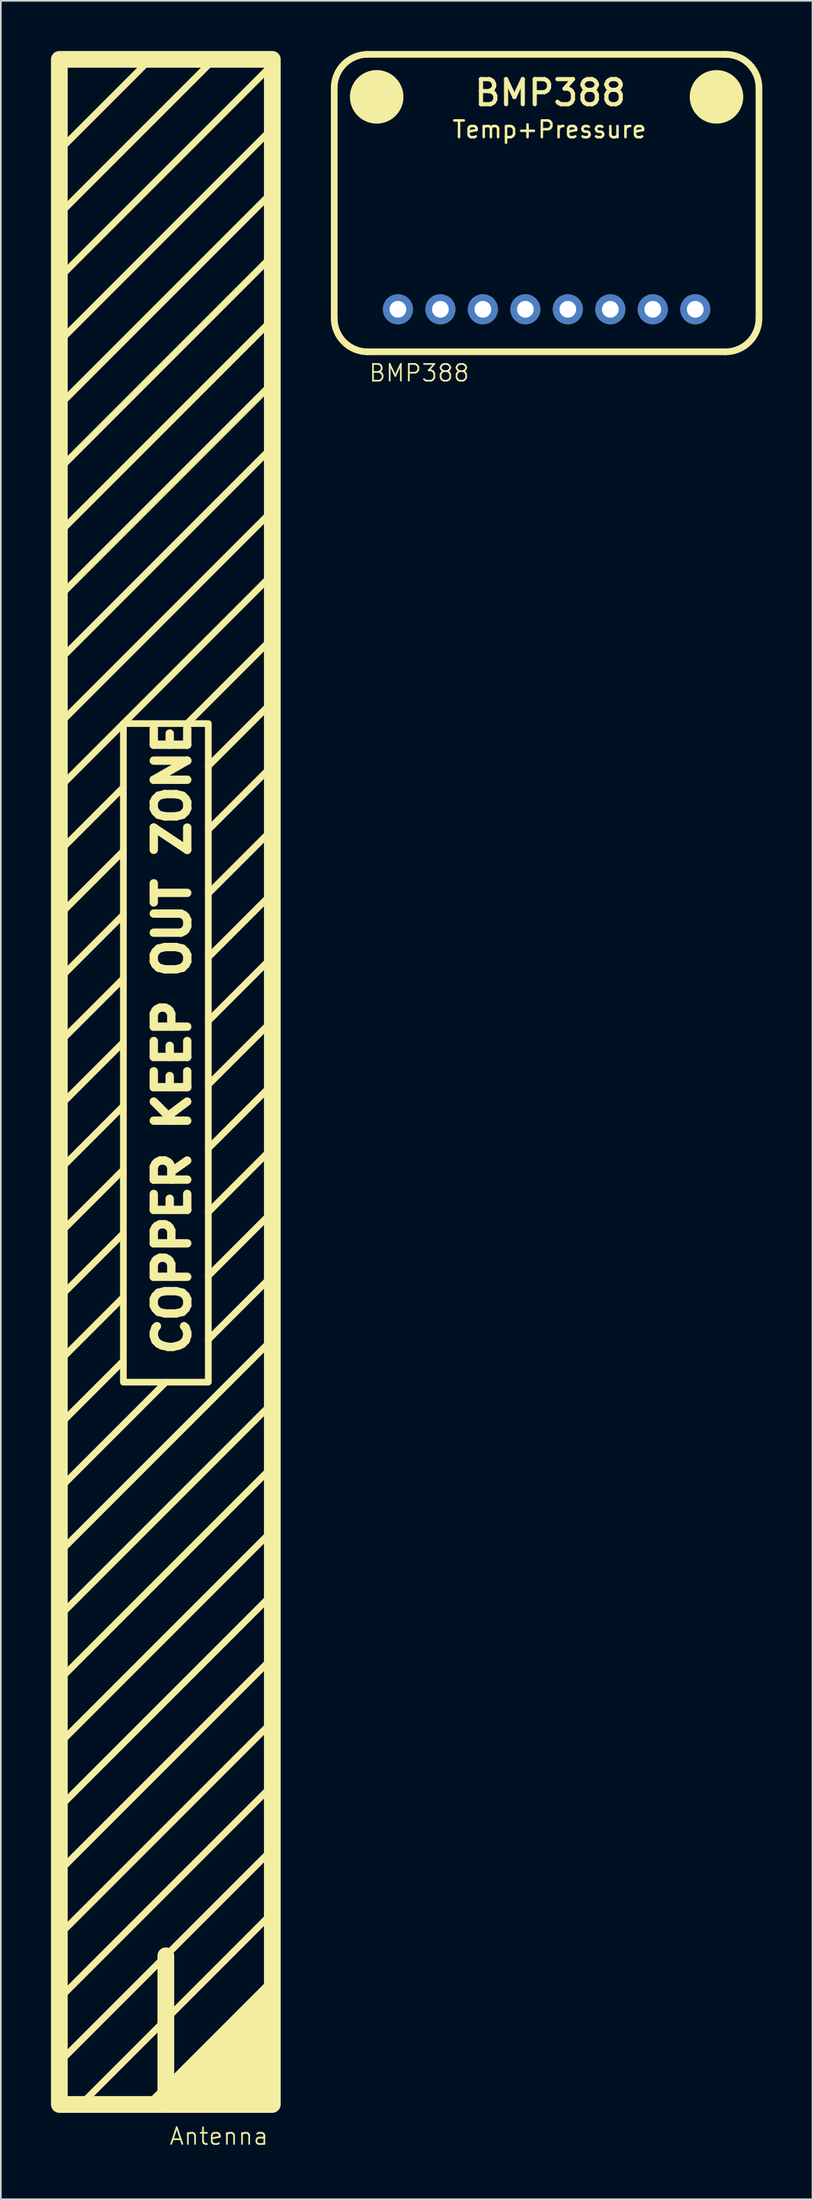
<source format=kicad_pcb>
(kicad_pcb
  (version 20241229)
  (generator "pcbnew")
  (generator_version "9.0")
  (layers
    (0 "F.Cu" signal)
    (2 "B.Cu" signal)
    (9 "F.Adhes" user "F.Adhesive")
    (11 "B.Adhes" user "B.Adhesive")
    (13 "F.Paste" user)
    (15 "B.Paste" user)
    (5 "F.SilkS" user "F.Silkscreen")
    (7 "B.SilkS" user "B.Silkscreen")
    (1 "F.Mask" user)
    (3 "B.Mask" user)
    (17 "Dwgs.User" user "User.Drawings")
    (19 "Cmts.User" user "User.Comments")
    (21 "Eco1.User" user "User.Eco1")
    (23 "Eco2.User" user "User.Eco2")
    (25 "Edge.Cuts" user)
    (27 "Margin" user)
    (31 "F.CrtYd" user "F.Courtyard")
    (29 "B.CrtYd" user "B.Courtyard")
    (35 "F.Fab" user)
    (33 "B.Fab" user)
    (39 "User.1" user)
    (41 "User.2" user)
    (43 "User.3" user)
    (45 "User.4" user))
  (footprint "BMP388"
    (layer "F.Cu")
    (at 20.745 15.44)
    (property "Reference" "BMP388" (at 1.27 3.81 0) (unlocked yes) (layer "F.SilkS") (effects (font (size 1 1) (thickness 0.1))))
    (attr through_hole)
    (fp_line (start -3.81 0.54) (end -3.81 -13.24) (stroke (width 0.4) (type default)) (layer "F.SilkS"))
    (fp_line (start -1.81 -15.24) (end 19.59 -15.24) (stroke (width 0.4) (type default)) (layer "F.SilkS"))
    (fp_line (start 19.59 2.54) (end -1.81 2.54) (stroke (width 0.4) (type default)) (layer "F.SilkS"))
    (fp_line (start 21.59 -13.24) (end 21.59 0.54) (stroke (width 0.4) (type default)) (layer "F.SilkS"))
    (fp_arc (start -3.81 -13.24) (mid -3.224214 -14.654214) (end -1.81 -15.24) (stroke (width 0.4) (type default)) (layer "F.SilkS"))
    (fp_arc (start -1.81 2.54) (mid -3.224214 1.954214) (end -3.81 0.54) (stroke (width 0.4) (type default)) (layer "F.SilkS"))
    (fp_arc (start 19.59 -15.24) (mid 21.004214 -14.654214) (end 21.59 -13.24) (stroke (width 0.4) (type default)) (layer "F.SilkS"))
    (fp_arc (start 21.59 0.54) (mid 21.004214 1.954214) (end 19.59 2.54) (stroke (width 0.4) (type default)) (layer "F.SilkS"))
    (fp_text user "BMP388" (at 4.445 -12.065 0) (unlocked yes) (layer "F.SilkS") (effects (font (size 1.5 1.5) (thickness 0.25) (bold yes)) (justify left bottom)))
    (fp_text user "Temp+Pressure" (at 3.175 -10.16 0) (unlocked yes) (layer "F.SilkS") (effects (font (size 1 1) (thickness 0.15)) (justify left bottom)))
    (pad "" smd circle (at -1.27 -12.7) (size 3.2 3.2) (layers "F.SilkS"))
    (pad "" smd circle (at 19.05 -12.7) (size 3.2 3.2) (layers "F.SilkS"))
    (pad "1" thru_hole circle (at 0 0) (size 1.8 1.8) (drill 1) (layers "*.Cu" "*.Mask"))
    (pad "2" thru_hole circle (at 2.54 0) (size 1.8 1.8) (drill 1) (layers "*.Cu" "*.Mask"))
    (pad "3" thru_hole circle (at 5.08 0) (size 1.8 1.8) (drill 1) (layers "*.Cu" "*.Mask"))
    (pad "4" thru_hole circle (at 7.62 0) (size 1.8 1.8) (drill 1) (layers "*.Cu" "*.Mask"))
    (pad "5" thru_hole circle (at 10.16 0) (size 1.8 1.8) (drill 1) (layers "*.Cu" "*.Mask"))
    (pad "6" thru_hole circle (at 12.7 0) (size 1.8 1.8) (drill 1) (layers "*.Cu" "*.Mask"))
    (pad "7" thru_hole circle (at 15.24 0) (size 1.8 1.8) (drill 1) (layers "*.Cu" "*.Mask"))
    (pad "8" thru_hole circle (at 17.78 0) (size 1.8 1.8) (drill 1) (layers "*.Cu" "*.Mask")))
  (footprint "Antenna"
    (layer "F.Cu")
    (at 6.867 122.755)
    (property "Reference" "Antenna" (at 3.175 1.905 0) (unlocked yes) (layer "F.SilkS") (effects (font (size 1 1) (thickness 0.1))))
    (attr through_hole)
    (fp_line (start -6.35 -116.84) (end -1.27 -121.92) (stroke (width 0.4) (type solid)) (layer "F.SilkS"))
    (fp_line (start -6.35 -113.03) (end 2.54 -121.92) (stroke (width 0.4) (type solid)) (layer "F.SilkS"))
    (fp_line (start -6.35 -109.22) (end 6.35 -121.92) (stroke (width 0.4) (type solid)) (layer "F.SilkS"))
    (fp_line (start -6.35 -105.41) (end 6.35 -118.11) (stroke (width 0.4) (type solid)) (layer "F.SilkS"))
    (fp_line (start -6.35 -101.6) (end 6.35 -114.3) (stroke (width 0.4) (type solid)) (layer "F.SilkS"))
    (fp_line (start -6.35 -97.79) (end 6.35 -110.49) (stroke (width 0.4) (type solid)) (layer "F.SilkS"))
    (fp_line (start -6.35 -93.98) (end 6.35 -106.68) (stroke (width 0.4) (type solid)) (layer "F.SilkS"))
    (fp_line (start -6.35 -90.17) (end 6.35 -102.87) (stroke (width 0.4) (type solid)) (layer "F.SilkS"))
    (fp_line (start -6.35 -86.36) (end 6.35 -99.06) (stroke (width 0.4) (type solid)) (layer "F.SilkS"))
    (fp_line (start -6.35 -82.55) (end 6.35 -95.25) (stroke (width 0.4) (type solid)) (layer "F.SilkS"))
    (fp_line (start -6.35 -78.74) (end 6.35 -91.44) (stroke (width 0.4) (type solid)) (layer "F.SilkS"))
    (fp_line (start -6.35 -74.93) (end -2.54 -78.74) (stroke (width 0.4) (type solid)) (layer "F.SilkS"))
    (fp_line (start -6.35 -71.12) (end -2.54 -74.93) (stroke (width 0.4) (type solid)) (layer "F.SilkS"))
    (fp_line (start -6.35 -67.31) (end -2.54 -71.12) (stroke (width 0.4) (type solid)) (layer "F.SilkS"))
    (fp_line (start -6.35 -63.5) (end -2.54 -67.31) (stroke (width 0.4) (type solid)) (layer "F.SilkS"))
    (fp_line (start -6.35 -59.69) (end -2.54 -63.5) (stroke (width 0.4) (type solid)) (layer "F.SilkS"))
    (fp_line (start -6.35 -55.88) (end -2.54 -59.69) (stroke (width 0.4) (type solid)) (layer "F.SilkS"))
    (fp_line (start -6.35 -52.07) (end -2.54 -55.88) (stroke (width 0.4) (type solid)) (layer "F.SilkS"))
    (fp_line (start -6.35 -48.26) (end -2.54 -52.07) (stroke (width 0.4) (type solid)) (layer "F.SilkS"))
    (fp_line (start -6.35 -44.45) (end -2.54 -48.26) (stroke (width 0.4) (type solid)) (layer "F.SilkS"))
    (fp_line (start -6.35 -40.64) (end -2.54 -44.45) (stroke (width 0.4) (type solid)) (layer "F.SilkS"))
    (fp_line (start -6.35 -36.83) (end 0 -43.18) (stroke (width 0.4) (type solid)) (layer "F.SilkS"))
    (fp_line (start -6.35 -33.02) (end 6.35 -45.72) (stroke (width 0.4) (type solid)) (layer "F.SilkS"))
    (fp_line (start -6.35 -29.21) (end 6.35 -41.91) (stroke (width 0.4) (type solid)) (layer "F.SilkS"))
    (fp_line (start -6.35 -25.4) (end 6.35 -38.1) (stroke (width 0.4) (type solid)) (layer "F.SilkS"))
    (fp_line (start -6.35 -21.59) (end 6.35 -34.29) (stroke (width 0.4) (type solid)) (layer "F.SilkS"))
    (fp_line (start -6.35 -17.78) (end 6.35 -30.48) (stroke (width 0.4) (type solid)) (layer "F.SilkS"))
    (fp_line (start -6.35 -13.97) (end 6.35 -26.67) (stroke (width 0.4) (type solid)) (layer "F.SilkS"))
    (fp_line (start -6.35 -10.16) (end 6.35 -22.86) (stroke (width 0.4) (type solid)) (layer "F.SilkS"))
    (fp_line (start -6.35 -6.35) (end 6.35 -19.05) (stroke (width 0.4) (type solid)) (layer "F.SilkS"))
    (fp_line (start -6.35 -2.54) (end 6.35 -15.24) (stroke (width 0.4) (type solid)) (layer "F.SilkS"))
    (fp_line (start -5.08 0) (end 6.35 -11.43) (stroke (width 0.4) (type solid)) (layer "F.SilkS"))
    (fp_line (start 0 -8.89) (end 0 0) (stroke (width 1) (type solid)) (layer "F.SilkS"))
    (fp_line (start 6.35 -87.63) (end 1.27 -82.55) (stroke (width 0.4) (type solid)) (layer "F.SilkS"))
    (fp_line (start 6.35 -83.82) (end 2.54 -80.01) (stroke (width 0.4) (type solid)) (layer "F.SilkS"))
    (fp_line (start 6.35 -80.01) (end 2.54 -76.2) (stroke (width 0.4) (type solid)) (layer "F.SilkS"))
    (fp_line (start 6.35 -76.2) (end 2.54 -72.39) (stroke (width 0.4) (type solid)) (layer "F.SilkS"))
    (fp_line (start 6.35 -72.39) (end 2.54 -68.58) (stroke (width 0.4) (type solid)) (layer "F.SilkS"))
    (fp_line (start 6.35 -68.58) (end 2.54 -64.77) (stroke (width 0.4) (type solid)) (layer "F.SilkS"))
    (fp_line (start 6.35 -64.77) (end 2.54 -60.96) (stroke (width 0.4) (type solid)) (layer "F.SilkS"))
    (fp_line (start 6.35 -60.96) (end 2.54 -57.15) (stroke (width 0.4) (type solid)) (layer "F.SilkS"))
    (fp_line (start 6.35 -57.15) (end 2.54 -53.34) (stroke (width 0.4) (type solid)) (layer "F.SilkS"))
    (fp_line (start 6.35 -53.34) (end 2.54 -49.53) (stroke (width 0.4) (type solid)) (layer "F.SilkS"))
    (fp_line (start 6.35 -49.53) (end 2.54 -45.72) (stroke (width 0.4) (type solid)) (layer "F.SilkS"))
    (fp_rect (start -6.367 -122.255) (end 6.367 0) (stroke (width 1) (type solid)) (fill no) (layer "F.SilkS"))
    (fp_rect (start -2.54 -82.55) (end 2.54 -43.18) (stroke (width 0.4) (type solid)) (fill no) (layer "F.SilkS"))
    (fp_poly (pts (xy -1.27 0) (xy 6.35 -7.62) (xy 6.367 0)) (stroke (width 0.1) (type solid)) (fill yes) (layer "F.SilkS"))
    (fp_text user "COPPER KEEP OUT ZONE" (at 1.549 -44.577 90) (unlocked yes) (layer "F.SilkS") (effects (font (size 2 2) (thickness 0.5) (bold yes)) (justify left bottom))))
  (gr_rect
    (start -3 -3)
    (end 45.535 128.421)
    (stroke (width 0.1) (type default))
    (fill no)
    (layer "Edge.Cuts")))
</source>
